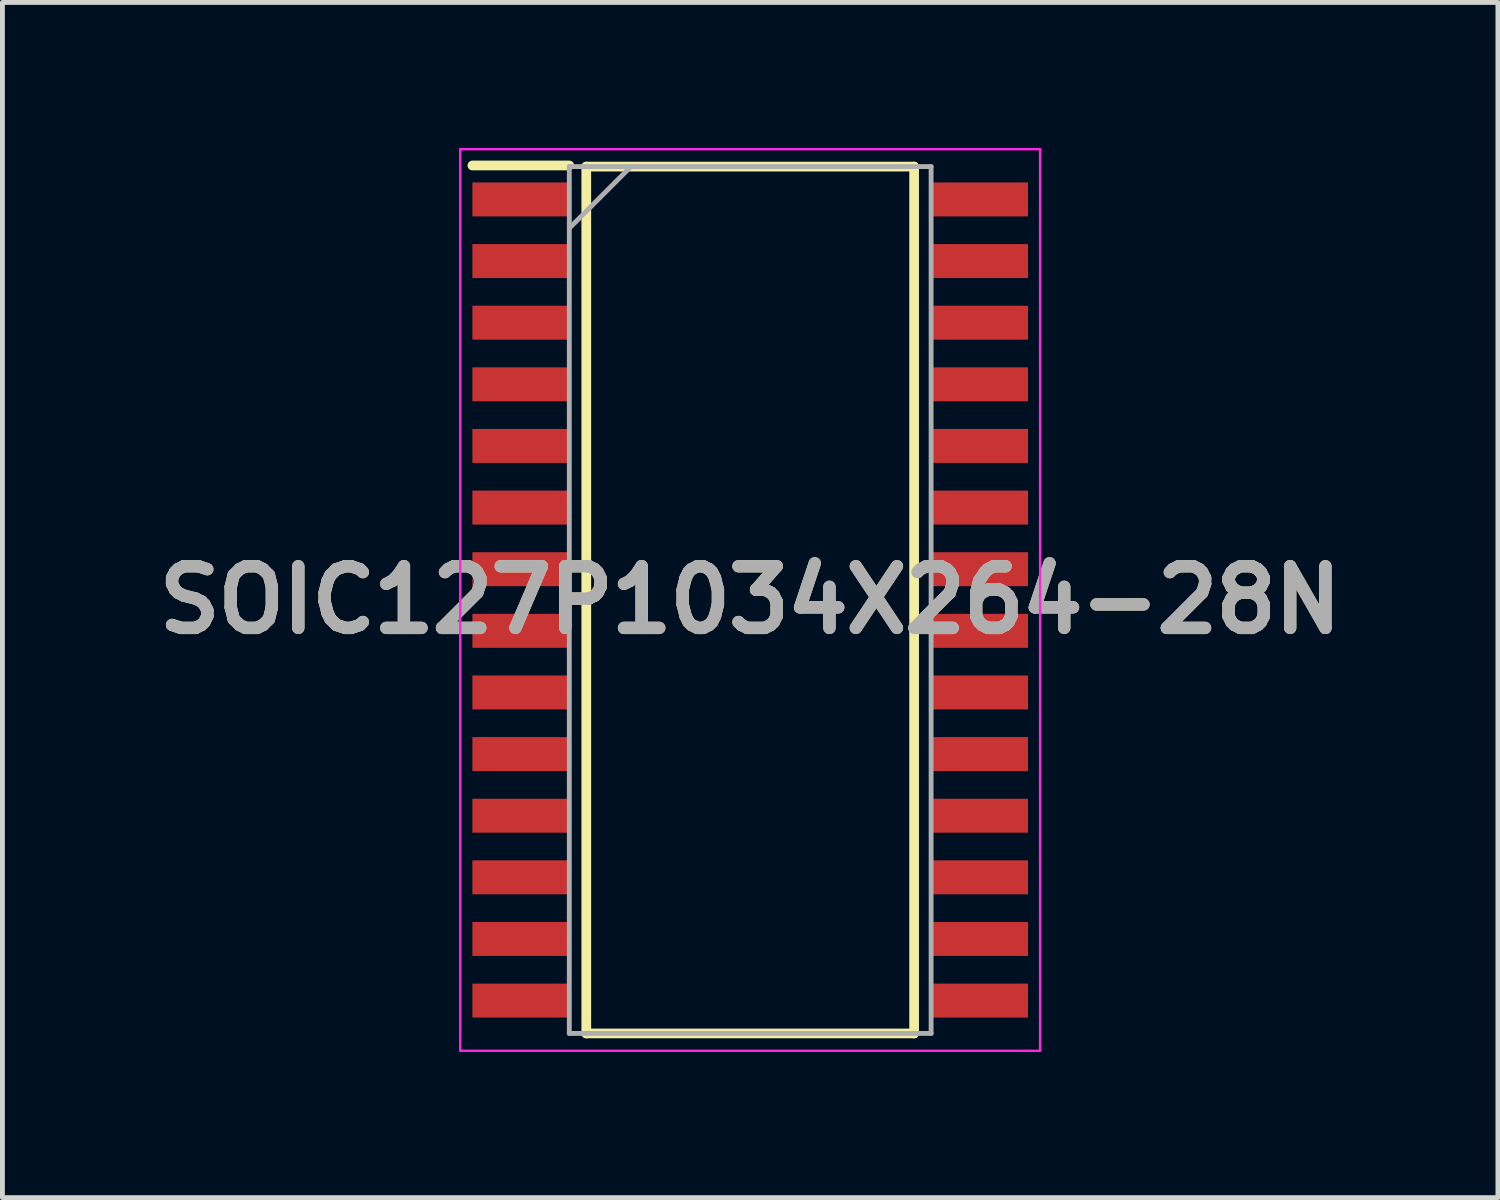
<source format=kicad_pcb>
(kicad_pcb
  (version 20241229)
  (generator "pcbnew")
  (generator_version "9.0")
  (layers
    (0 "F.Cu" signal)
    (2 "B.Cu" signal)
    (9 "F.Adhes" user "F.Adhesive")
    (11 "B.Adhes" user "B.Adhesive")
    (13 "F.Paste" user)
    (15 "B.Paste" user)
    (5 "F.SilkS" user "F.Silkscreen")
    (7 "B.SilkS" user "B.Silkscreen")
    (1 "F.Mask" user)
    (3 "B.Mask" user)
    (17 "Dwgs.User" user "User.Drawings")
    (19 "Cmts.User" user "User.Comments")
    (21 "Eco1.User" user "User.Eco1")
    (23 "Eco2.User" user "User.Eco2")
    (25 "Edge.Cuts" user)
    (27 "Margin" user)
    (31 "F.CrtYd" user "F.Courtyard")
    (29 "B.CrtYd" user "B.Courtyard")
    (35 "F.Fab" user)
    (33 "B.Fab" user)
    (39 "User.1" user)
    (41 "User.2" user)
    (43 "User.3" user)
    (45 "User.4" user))
  (footprint "SOIC127P1034X264-28N"
    (layer "F.Cu")
    (at 12.41 9.315)
    (property "Reference" "SOIC127P1034X264-28N" (at 0 0 0) (layer "F.SilkS") (effects (font (size 1.27 1.27) (thickness 0.254))))
    (attr smd)
    (fp_line (start -5.725 -8.955) (end -3.728 -8.955) (stroke (width 0.2) (type solid)) (layer "F.SilkS"))
    (fp_line (start -3.378 -8.932) (end 3.378 -8.932) (stroke (width 0.2) (type solid)) (layer "F.SilkS"))
    (fp_line (start -3.378 8.932) (end -3.378 -8.932) (stroke (width 0.2) (type solid)) (layer "F.SilkS"))
    (fp_line (start 3.378 -8.932) (end 3.378 8.932) (stroke (width 0.2) (type solid)) (layer "F.SilkS"))
    (fp_line (start 3.378 8.932) (end -3.378 8.932) (stroke (width 0.2) (type solid)) (layer "F.SilkS"))
    (fp_line (start -5.975 -9.29) (end 5.975 -9.29) (stroke (width 0.05) (type solid)) (layer "F.CrtYd"))
    (fp_line (start -5.975 9.29) (end -5.975 -9.29) (stroke (width 0.05) (type solid)) (layer "F.CrtYd"))
    (fp_line (start 5.975 -9.29) (end 5.975 9.29) (stroke (width 0.05) (type solid)) (layer "F.CrtYd"))
    (fp_line (start 5.975 9.29) (end -5.975 9.29) (stroke (width 0.05) (type solid)) (layer "F.CrtYd"))
    (fp_line (start -3.728 -8.932) (end 3.728 -8.932) (stroke (width 0.1) (type solid)) (layer "F.Fab"))
    (fp_line (start -3.728 -7.662) (end -2.458 -8.932) (stroke (width 0.1) (type solid)) (layer "F.Fab"))
    (fp_line (start -3.728 8.932) (end -3.728 -8.932) (stroke (width 0.1) (type solid)) (layer "F.Fab"))
    (fp_line (start 3.728 -8.932) (end 3.728 8.932) (stroke (width 0.1) (type solid)) (layer "F.Fab"))
    (fp_line (start 3.728 8.932) (end -3.728 8.932) (stroke (width 0.1) (type solid)) (layer "F.Fab"))
    (fp_text user "${REFERENCE}" (at 0 0 0) (layer "F.Fab") (effects (font (size 1.27 1.27) (thickness 0.254))))
    (pad "1" smd rect (at -4.726 -8.255 90) (size 0.7 1.998) (layers "F.Cu" "F.Mask" "F.Paste"))
    (pad "2" smd rect (at -4.726 -6.985 90) (size 0.7 1.998) (layers "F.Cu" "F.Mask" "F.Paste"))
    (pad "3" smd rect (at -4.726 -5.715 90) (size 0.7 1.998) (layers "F.Cu" "F.Mask" "F.Paste"))
    (pad "4" smd rect (at -4.726 -4.445 90) (size 0.7 1.998) (layers "F.Cu" "F.Mask" "F.Paste"))
    (pad "5" smd rect (at -4.726 -3.175 90) (size 0.7 1.998) (layers "F.Cu" "F.Mask" "F.Paste"))
    (pad "6" smd rect (at -4.726 -1.905 90) (size 0.7 1.998) (layers "F.Cu" "F.Mask" "F.Paste"))
    (pad "7" smd rect (at -4.726 -0.635 90) (size 0.7 1.998) (layers "F.Cu" "F.Mask" "F.Paste"))
    (pad "8" smd rect (at -4.726 0.635 90) (size 0.7 1.998) (layers "F.Cu" "F.Mask" "F.Paste"))
    (pad "9" smd rect (at -4.726 1.905 90) (size 0.7 1.998) (layers "F.Cu" "F.Mask" "F.Paste"))
    (pad "10" smd rect (at -4.726 3.175 90) (size 0.7 1.998) (layers "F.Cu" "F.Mask" "F.Paste"))
    (pad "11" smd rect (at -4.726 4.445 90) (size 0.7 1.998) (layers "F.Cu" "F.Mask" "F.Paste"))
    (pad "12" smd rect (at -4.726 5.715 90) (size 0.7 1.998) (layers "F.Cu" "F.Mask" "F.Paste"))
    (pad "13" smd rect (at -4.726 6.985 90) (size 0.7 1.998) (layers "F.Cu" "F.Mask" "F.Paste"))
    (pad "14" smd rect (at -4.726 8.255 90) (size 0.7 1.998) (layers "F.Cu" "F.Mask" "F.Paste"))
    (pad "15" smd rect (at 4.726 8.255 90) (size 0.7 1.998) (layers "F.Cu" "F.Mask" "F.Paste"))
    (pad "16" smd rect (at 4.726 6.985 90) (size 0.7 1.998) (layers "F.Cu" "F.Mask" "F.Paste"))
    (pad "17" smd rect (at 4.726 5.715 90) (size 0.7 1.998) (layers "F.Cu" "F.Mask" "F.Paste"))
    (pad "18" smd rect (at 4.726 4.445 90) (size 0.7 1.998) (layers "F.Cu" "F.Mask" "F.Paste"))
    (pad "19" smd rect (at 4.726 3.175 90) (size 0.7 1.998) (layers "F.Cu" "F.Mask" "F.Paste"))
    (pad "20" smd rect (at 4.726 1.905 90) (size 0.7 1.998) (layers "F.Cu" "F.Mask" "F.Paste"))
    (pad "21" smd rect (at 4.726 0.635 90) (size 0.7 1.998) (layers "F.Cu" "F.Mask" "F.Paste"))
    (pad "22" smd rect (at 4.726 -0.635 90) (size 0.7 1.998) (layers "F.Cu" "F.Mask" "F.Paste"))
    (pad "23" smd rect (at 4.726 -1.905 90) (size 0.7 1.998) (layers "F.Cu" "F.Mask" "F.Paste"))
    (pad "24" smd rect (at 4.726 -3.175 90) (size 0.7 1.998) (layers "F.Cu" "F.Mask" "F.Paste"))
    (pad "25" smd rect (at 4.726 -4.445 90) (size 0.7 1.998) (layers "F.Cu" "F.Mask" "F.Paste"))
    (pad "26" smd rect (at 4.726 -5.715 90) (size 0.7 1.998) (layers "F.Cu" "F.Mask" "F.Paste"))
    (pad "27" smd rect (at 4.726 -6.985 90) (size 0.7 1.998) (layers "F.Cu" "F.Mask" "F.Paste"))
    (pad "28" smd rect (at 4.726 -8.255 90) (size 0.7 1.998) (layers "F.Cu" "F.Mask" "F.Paste")))
  (gr_rect
    (start -3 -3)
    (end 27.819 21.63)
    (stroke (width 0.1) (type default))
    (fill no)
    (layer "Edge.Cuts")))
</source>
